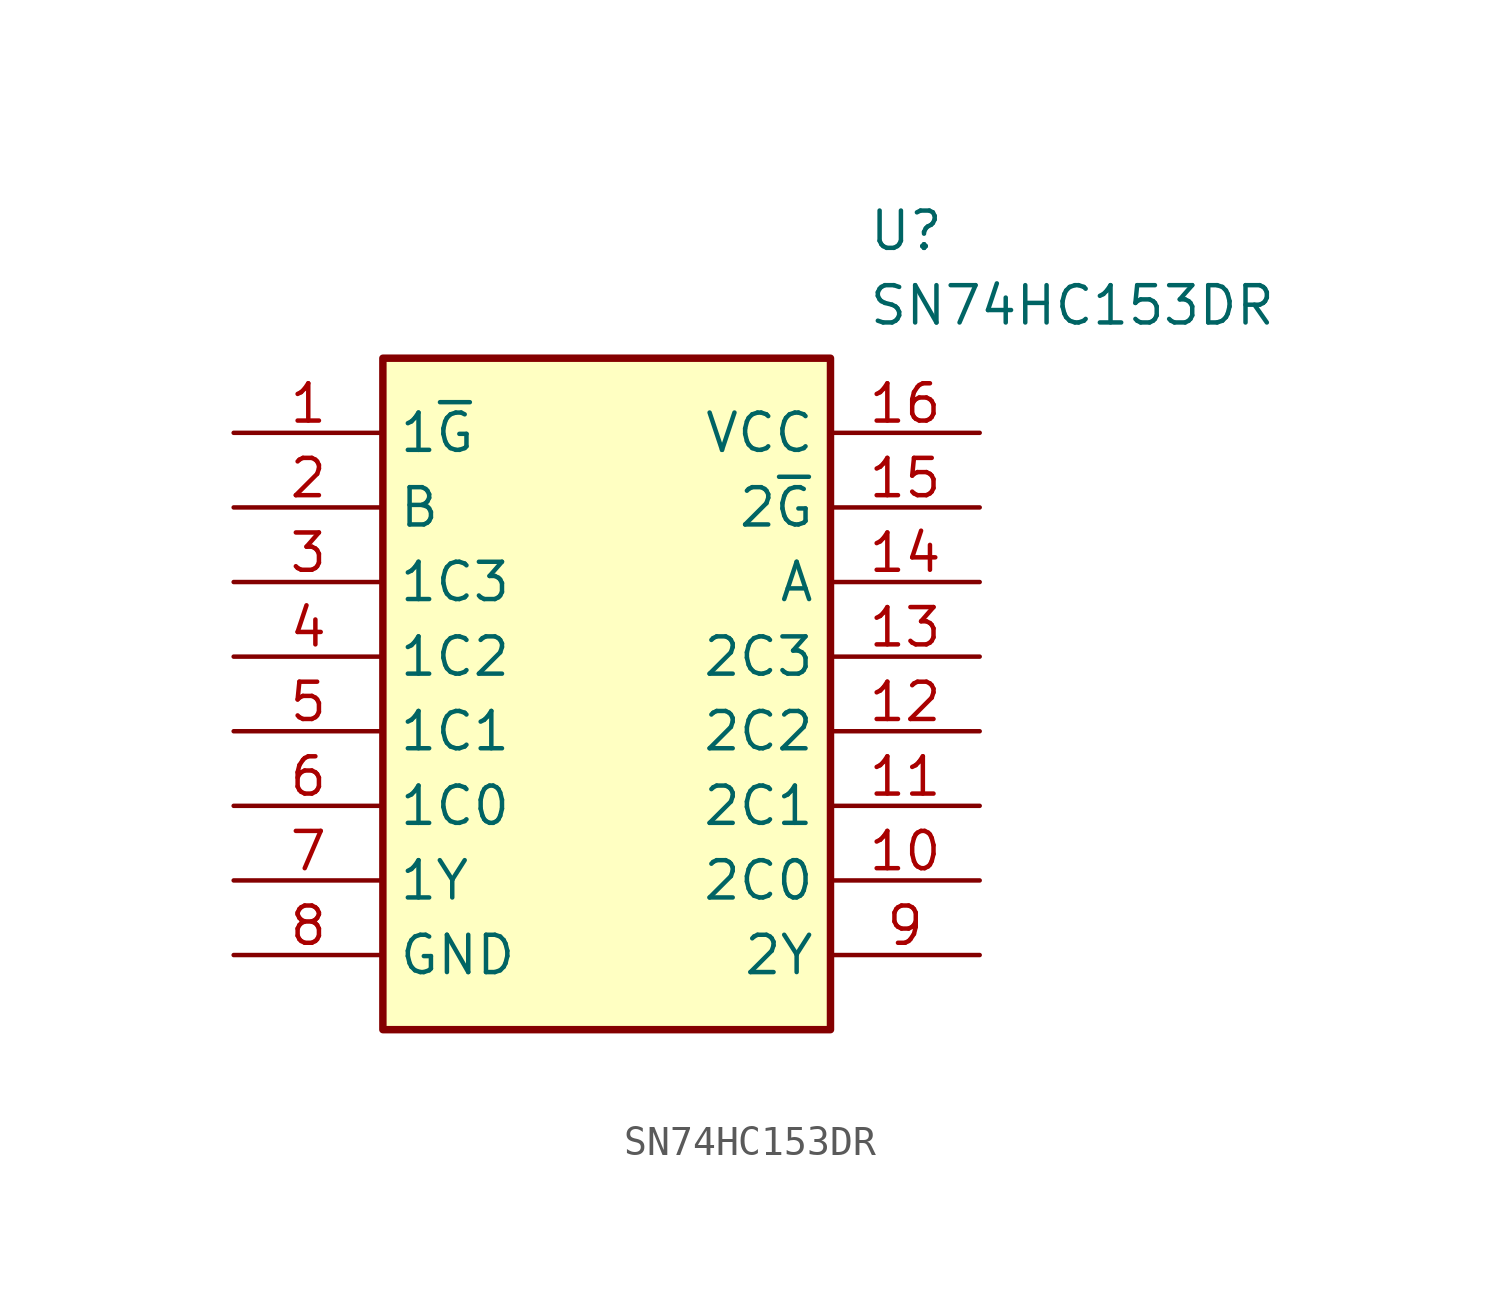
<source format=kicad_sym>
(kicad_symbol_lib
  (version 20241209)
  (generator "kicad_symbol_editor")
  (generator_version "9.0")
  (symbol "SN74HC153DR"
    (property "Reference" "U"
      (at 21.59 7.62 0)
      (effects (font (size 1.27 1.27)) (justify left top)))
    (property "Value" "SN74HC153DR"
      (at 21.59 5.08 0)
      (effects (font (size 1.27 1.27)) (justify left top)))
    (symbol "SN74HC153DR_1_1"
      (rectangle (start 5.08 2.54) (end 20.32 -20.32) (stroke (width 0.254) (type default)) (fill (type background)))
      (pin passive line (at 0 0 0) (length 5.08) (name "1~{G}" (effects (font (size 1.27 1.27)))) (number "1" (effects (font (size 1.27 1.27)))))
      (pin passive line (at 0 -2.54 0) (length 5.08) (name "B" (effects (font (size 1.27 1.27)))) (number "2" (effects (font (size 1.27 1.27)))))
      (pin passive line (at 0 -5.08 0) (length 5.08) (name "1C3" (effects (font (size 1.27 1.27)))) (number "3" (effects (font (size 1.27 1.27)))))
      (pin passive line (at 0 -7.62 0) (length 5.08) (name "1C2" (effects (font (size 1.27 1.27)))) (number "4" (effects (font (size 1.27 1.27)))))
      (pin passive line (at 0 -10.16 0) (length 5.08) (name "1C1" (effects (font (size 1.27 1.27)))) (number "5" (effects (font (size 1.27 1.27)))))
      (pin passive line (at 0 -12.7 0) (length 5.08) (name "1C0" (effects (font (size 1.27 1.27)))) (number "6" (effects (font (size 1.27 1.27)))))
      (pin passive line (at 0 -15.24 0) (length 5.08) (name "1Y" (effects (font (size 1.27 1.27)))) (number "7" (effects (font (size 1.27 1.27)))))
      (pin passive line (at 0 -17.78 0) (length 5.08) (name "GND" (effects (font (size 1.27 1.27)))) (number "8" (effects (font (size 1.27 1.27)))))
      (pin passive line (at 25.4 0 180) (length 5.08) (name "VCC" (effects (font (size 1.27 1.27)))) (number "16" (effects (font (size 1.27 1.27)))))
      (pin passive line (at 25.4 -2.54 180) (length 5.08) (name "2~{G}" (effects (font (size 1.27 1.27)))) (number "15" (effects (font (size 1.27 1.27)))))
      (pin passive line (at 25.4 -5.08 180) (length 5.08) (name "A" (effects (font (size 1.27 1.27)))) (number "14" (effects (font (size 1.27 1.27)))))
      (pin passive line (at 25.4 -7.62 180) (length 5.08) (name "2C3" (effects (font (size 1.27 1.27)))) (number "13" (effects (font (size 1.27 1.27)))))
      (pin passive line (at 25.4 -10.16 180) (length 5.08) (name "2C2" (effects (font (size 1.27 1.27)))) (number "12" (effects (font (size 1.27 1.27)))))
      (pin passive line (at 25.4 -12.7 180) (length 5.08) (name "2C1" (effects (font (size 1.27 1.27)))) (number "11" (effects (font (size 1.27 1.27)))))
      (pin passive line (at 25.4 -15.24 180) (length 5.08) (name "2C0" (effects (font (size 1.27 1.27)))) (number "10" (effects (font (size 1.27 1.27)))))
      (pin passive line (at 25.4 -17.78 180) (length 5.08) (name "2Y" (effects (font (size 1.27 1.27)))) (number "9" (effects (font (size 1.27 1.27))))))))
</source>
